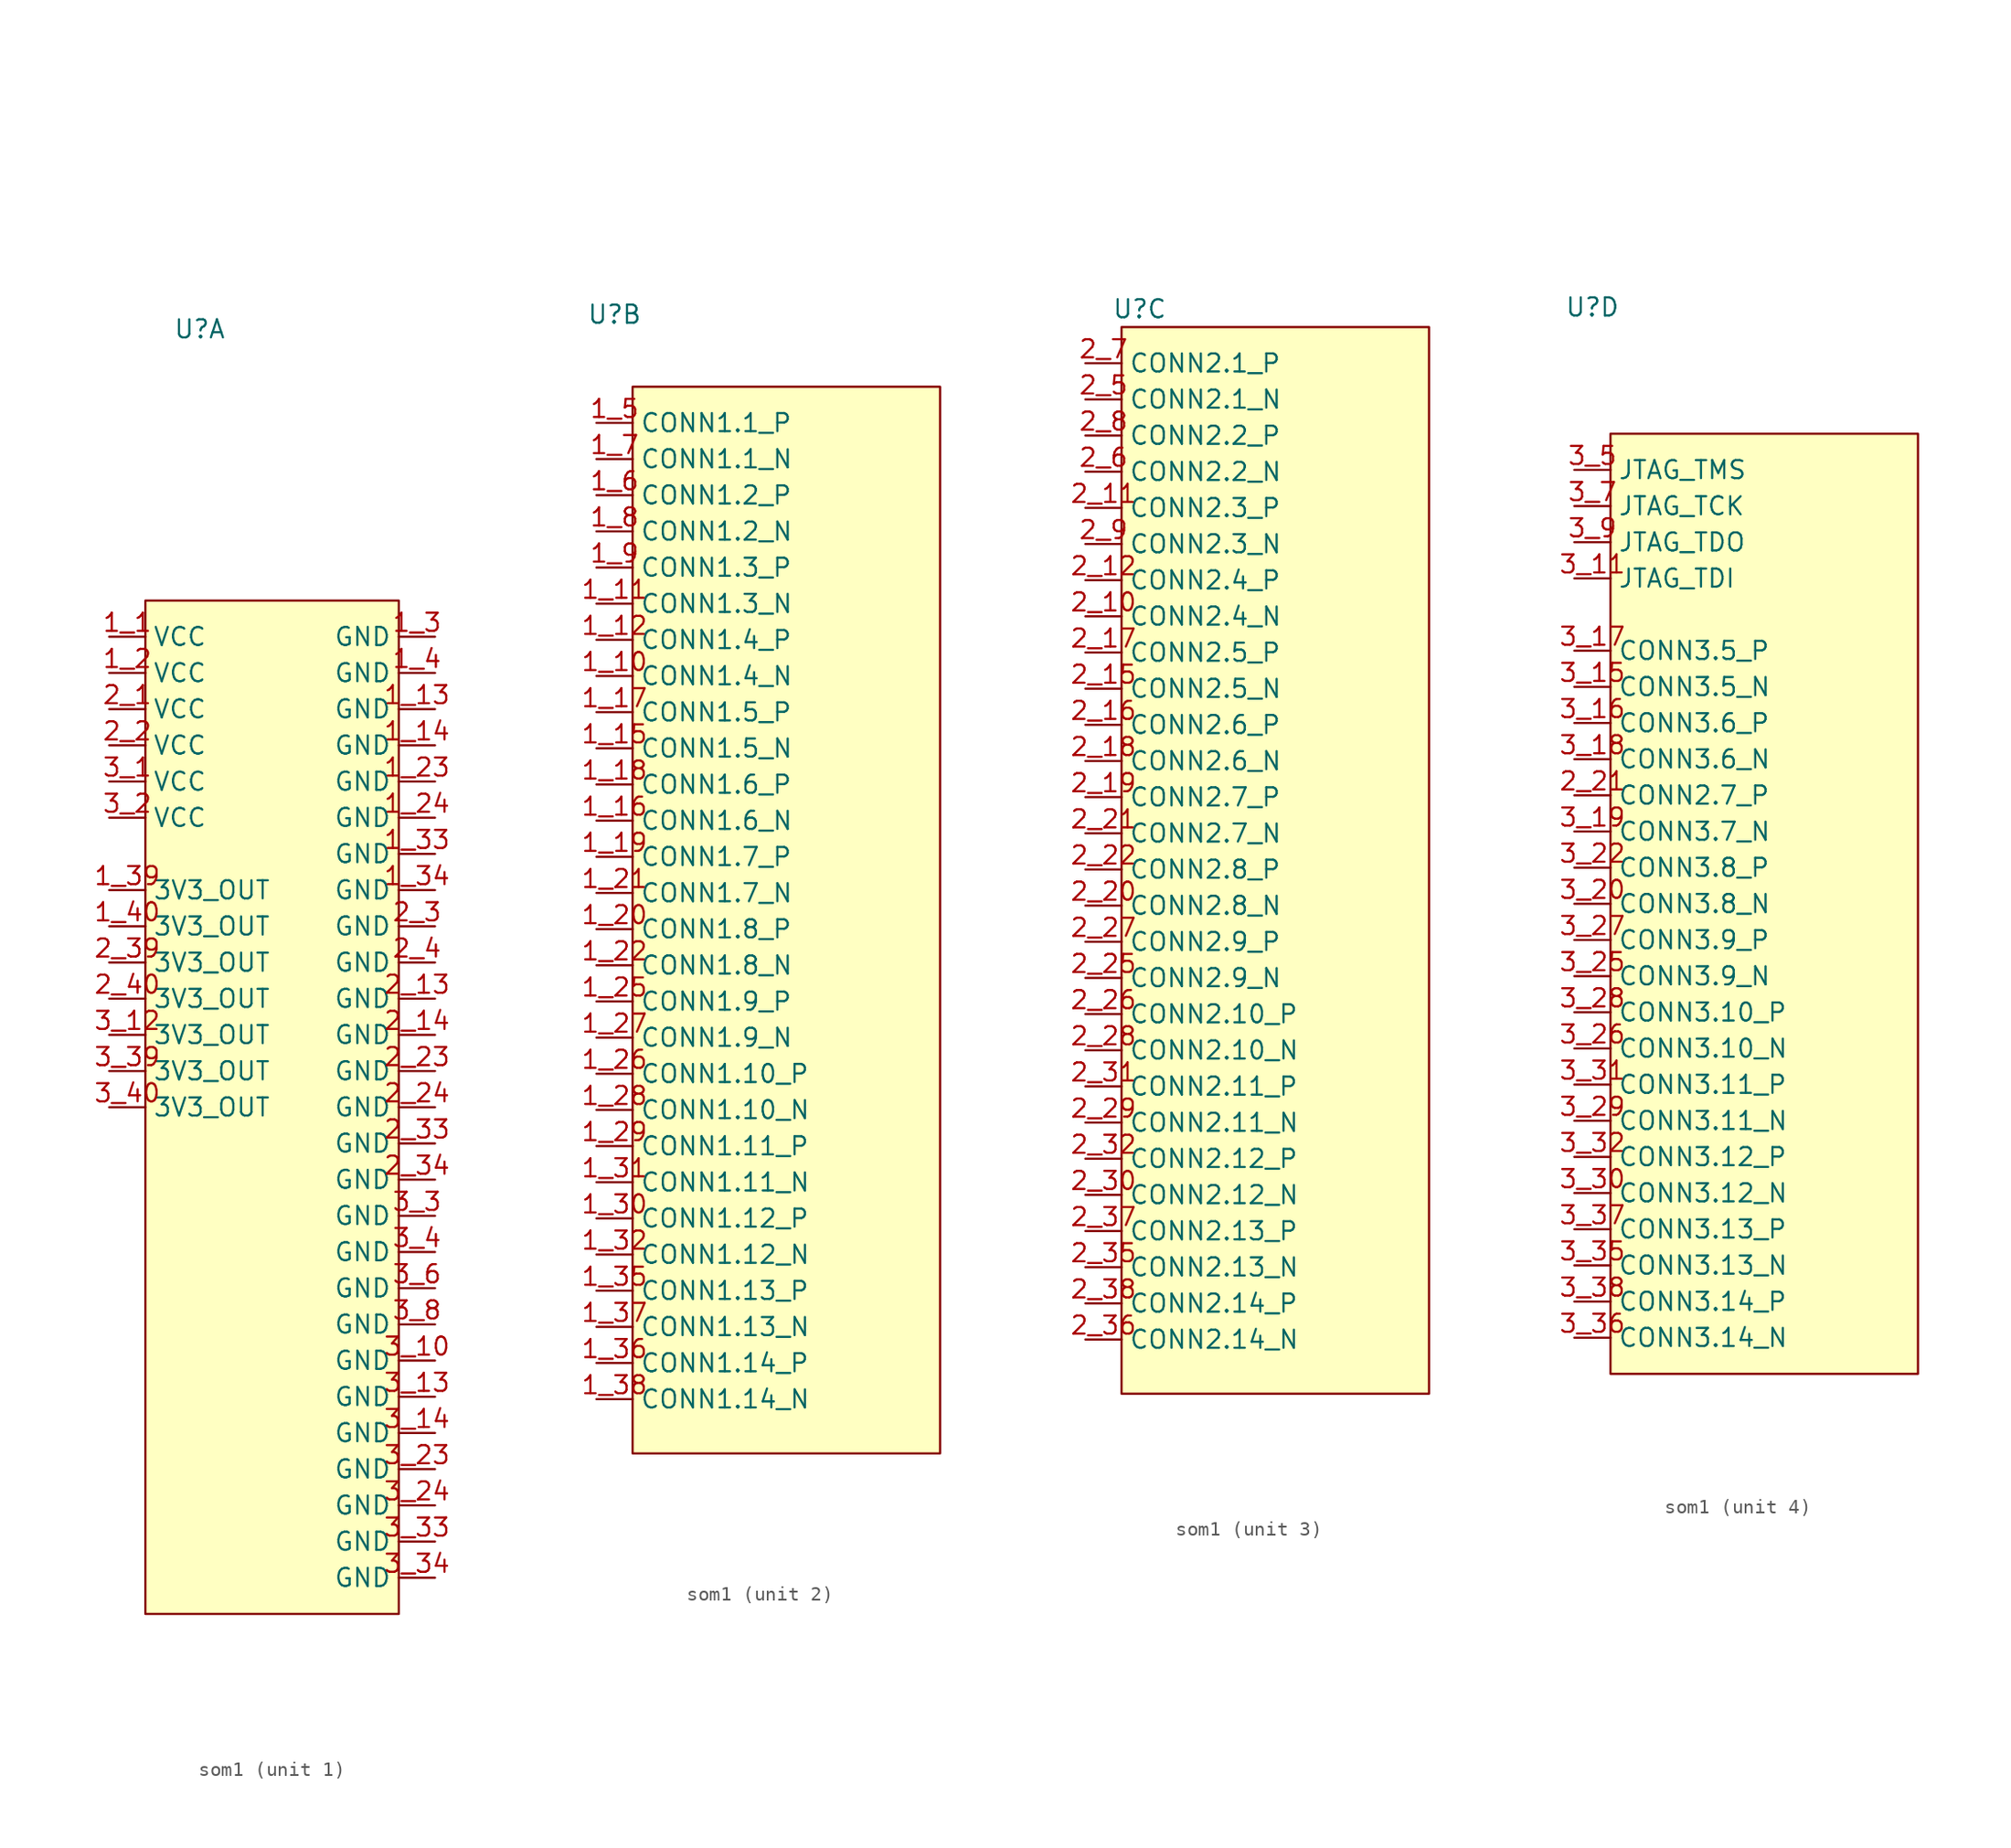
<source format=kicad_sym>
(kicad_symbol_lib
  (version 20220914)
  (generator kicad_symbol_editor)
  (symbol "som1"
    (property "Reference" "U"
      (at -11.43 33.02 0)
      (effects (font (size 1.27 1.27))))
    (property "Value" ""
      (at -2.54 41.91 0)
      (effects (font (size 1.27 1.27))))
    (symbol "som1_1_0"
      (pin power_in line (at -17.78 11.43 0) (length 2.54) (name "VCC" (effects (font (size 1.27 1.27)))) (number "1_1" (effects (font (size 1.27 1.27)))))
      (pin power_in line (at 5.08 6.35 180) (length 2.54) (name "GND" (effects (font (size 1.27 1.27)))) (number "1_13" (effects (font (size 1.27 1.27)))))
      (pin power_in line (at 5.08 3.81 180) (length 2.54) (name "GND" (effects (font (size 1.27 1.27)))) (number "1_14" (effects (font (size 1.27 1.27)))))
      (pin power_in line (at -17.78 8.89 0) (length 2.54) (name "VCC" (effects (font (size 1.27 1.27)))) (number "1_2" (effects (font (size 1.27 1.27)))))
      (pin power_in line (at 5.08 1.27 180) (length 2.54) (name "GND" (effects (font (size 1.27 1.27)))) (number "1_23" (effects (font (size 1.27 1.27)))))
      (pin power_in line (at 5.08 -1.27 180) (length 2.54) (name "GND" (effects (font (size 1.27 1.27)))) (number "1_24" (effects (font (size 1.27 1.27)))))
      (pin power_in line (at 5.08 11.43 180) (length 2.54) (name "GND" (effects (font (size 1.27 1.27)))) (number "1_3" (effects (font (size 1.27 1.27)))))
      (pin power_in line (at 5.08 -3.81 180) (length 2.54) (name "GND" (effects (font (size 1.27 1.27)))) (number "1_33" (effects (font (size 1.27 1.27)))))
      (pin power_in line (at 5.08 -6.35 180) (length 2.54) (name "GND" (effects (font (size 1.27 1.27)))) (number "1_34" (effects (font (size 1.27 1.27)))))
      (pin power_out line (at -17.78 -6.35 0) (length 2.54) (name "3V3_OUT" (effects (font (size 1.27 1.27)))) (number "1_39" (effects (font (size 1.27 1.27)))))
      (pin power_in line (at 5.08 8.89 180) (length 2.54) (name "GND" (effects (font (size 1.27 1.27)))) (number "1_4" (effects (font (size 1.27 1.27)))))
      (pin power_out line (at -17.78 -8.89 0) (length 2.54) (name "3V3_OUT" (effects (font (size 1.27 1.27)))) (number "1_40" (effects (font (size 1.27 1.27)))))
      (pin power_in line (at -17.78 6.35 0) (length 2.54) (name "VCC" (effects (font (size 1.27 1.27)))) (number "2_1" (effects (font (size 1.27 1.27)))))
      (pin power_in line (at 5.08 -13.97 180) (length 2.54) (name "GND" (effects (font (size 1.27 1.27)))) (number "2_13" (effects (font (size 1.27 1.27)))))
      (pin power_in line (at 5.08 -16.51 180) (length 2.54) (name "GND" (effects (font (size 1.27 1.27)))) (number "2_14" (effects (font (size 1.27 1.27)))))
      (pin power_in line (at -17.78 3.81 0) (length 2.54) (name "VCC" (effects (font (size 1.27 1.27)))) (number "2_2" (effects (font (size 1.27 1.27)))))
      (pin power_in line (at 5.08 -19.05 180) (length 2.54) (name "GND" (effects (font (size 1.27 1.27)))) (number "2_23" (effects (font (size 1.27 1.27)))))
      (pin power_in line (at 5.08 -21.59 180) (length 2.54) (name "GND" (effects (font (size 1.27 1.27)))) (number "2_24" (effects (font (size 1.27 1.27)))))
      (pin power_in line (at 5.08 -8.89 180) (length 2.54) (name "GND" (effects (font (size 1.27 1.27)))) (number "2_3" (effects (font (size 1.27 1.27)))))
      (pin power_in line (at 5.08 -24.13 180) (length 2.54) (name "GND" (effects (font (size 1.27 1.27)))) (number "2_33" (effects (font (size 1.27 1.27)))))
      (pin power_in line (at 5.08 -26.67 180) (length 2.54) (name "GND" (effects (font (size 1.27 1.27)))) (number "2_34" (effects (font (size 1.27 1.27)))))
      (pin power_out line (at -17.78 -11.43 0) (length 2.54) (name "3V3_OUT" (effects (font (size 1.27 1.27)))) (number "2_39" (effects (font (size 1.27 1.27)))))
      (pin power_in line (at 5.08 -11.43 180) (length 2.54) (name "GND" (effects (font (size 1.27 1.27)))) (number "2_4" (effects (font (size 1.27 1.27)))))
      (pin power_out line (at -17.78 -13.97 0) (length 2.54) (name "3V3_OUT" (effects (font (size 1.27 1.27)))) (number "2_40" (effects (font (size 1.27 1.27)))))
      (pin power_in line (at -17.78 1.27 0) (length 2.54) (name "VCC" (effects (font (size 1.27 1.27)))) (number "3_1" (effects (font (size 1.27 1.27)))))
      (pin power_in line (at 5.08 -39.37 180) (length 2.54) (name "GND" (effects (font (size 1.27 1.27)))) (number "3_10" (effects (font (size 1.27 1.27)))))
      (pin power_out line (at -17.78 -16.51 0) (length 2.54) (name "3V3_OUT" (effects (font (size 1.27 1.27)))) (number "3_12" (effects (font (size 1.27 1.27)))))
      (pin power_in line (at 5.08 -41.91 180) (length 2.54) (name "GND" (effects (font (size 1.27 1.27)))) (number "3_13" (effects (font (size 1.27 1.27)))))
      (pin power_in line (at 5.08 -44.45 180) (length 2.54) (name "GND" (effects (font (size 1.27 1.27)))) (number "3_14" (effects (font (size 1.27 1.27)))))
      (pin power_in line (at -17.78 -1.27 0) (length 2.54) (name "VCC" (effects (font (size 1.27 1.27)))) (number "3_2" (effects (font (size 1.27 1.27)))))
      (pin power_in line (at 5.08 -46.99 180) (length 2.54) (name "GND" (effects (font (size 1.27 1.27)))) (number "3_23" (effects (font (size 1.27 1.27)))))
      (pin power_in line (at 5.08 -49.53 180) (length 2.54) (name "GND" (effects (font (size 1.27 1.27)))) (number "3_24" (effects (font (size 1.27 1.27)))))
      (pin power_in line (at 5.08 -29.21 180) (length 2.54) (name "GND" (effects (font (size 1.27 1.27)))) (number "3_3" (effects (font (size 1.27 1.27)))))
      (pin power_in line (at 5.08 -52.07 180) (length 2.54) (name "GND" (effects (font (size 1.27 1.27)))) (number "3_33" (effects (font (size 1.27 1.27)))))
      (pin power_in line (at 5.08 -54.61 180) (length 2.54) (name "GND" (effects (font (size 1.27 1.27)))) (number "3_34" (effects (font (size 1.27 1.27)))))
      (pin power_out line (at -17.78 -19.05 0) (length 2.54) (name "3V3_OUT" (effects (font (size 1.27 1.27)))) (number "3_39" (effects (font (size 1.27 1.27)))))
      (pin power_in line (at 5.08 -31.75 180) (length 2.54) (name "GND" (effects (font (size 1.27 1.27)))) (number "3_4" (effects (font (size 1.27 1.27)))))
      (pin power_out line (at -17.78 -21.59 0) (length 2.54) (name "3V3_OUT" (effects (font (size 1.27 1.27)))) (number "3_40" (effects (font (size 1.27 1.27)))))
      (pin power_in line (at 5.08 -34.29 180) (length 2.54) (name "GND" (effects (font (size 1.27 1.27)))) (number "3_6" (effects (font (size 1.27 1.27)))))
      (pin power_in line (at 5.08 -36.83 180) (length 2.54) (name "GND" (effects (font (size 1.27 1.27)))) (number "3_8" (effects (font (size 1.27 1.27))))))
    (symbol "som1_1_1"
      (rectangle (start -15.24 13.97) (end 2.54 -57.15) (stroke (width 0) (type default)) (fill (type background))))
    (symbol "som1_2_0"
      (pin bidirectional line (at -12.7 7.62 0) (length 2.54) (name "CONN1.4_N" (effects (font (size 1.27 1.27)))) (number "1_10" (effects (font (size 1.27 1.27)))))
      (pin bidirectional line (at -12.7 12.7 0) (length 2.54) (name "CONN1.3_N" (effects (font (size 1.27 1.27)))) (number "1_11" (effects (font (size 1.27 1.27)))))
      (pin bidirectional line (at -12.7 10.16 0) (length 2.54) (name "CONN1.4_P" (effects (font (size 1.27 1.27)))) (number "1_12" (effects (font (size 1.27 1.27)))))
      (pin bidirectional line (at -12.7 2.54 0) (length 2.54) (name "CONN1.5_N" (effects (font (size 1.27 1.27)))) (number "1_15" (effects (font (size 1.27 1.27)))))
      (pin bidirectional line (at -12.7 -2.54 0) (length 2.54) (name "CONN1.6_N" (effects (font (size 1.27 1.27)))) (number "1_16" (effects (font (size 1.27 1.27)))))
      (pin bidirectional line (at -12.7 5.08 0) (length 2.54) (name "CONN1.5_P" (effects (font (size 1.27 1.27)))) (number "1_17" (effects (font (size 1.27 1.27)))))
      (pin bidirectional line (at -12.7 0 0) (length 2.54) (name "CONN1.6_P" (effects (font (size 1.27 1.27)))) (number "1_18" (effects (font (size 1.27 1.27)))))
      (pin bidirectional line (at -12.7 -5.08 0) (length 2.54) (name "CONN1.7_P" (effects (font (size 1.27 1.27)))) (number "1_19" (effects (font (size 1.27 1.27)))))
      (pin bidirectional line (at -12.7 -10.16 0) (length 2.54) (name "CONN1.8_P" (effects (font (size 1.27 1.27)))) (number "1_20" (effects (font (size 1.27 1.27)))))
      (pin bidirectional line (at -12.7 -7.62 0) (length 2.54) (name "CONN1.7_N" (effects (font (size 1.27 1.27)))) (number "1_21" (effects (font (size 1.27 1.27)))))
      (pin bidirectional line (at -12.7 -12.7 0) (length 2.54) (name "CONN1.8_N" (effects (font (size 1.27 1.27)))) (number "1_22" (effects (font (size 1.27 1.27)))))
      (pin bidirectional line (at -12.7 -15.24 0) (length 2.54) (name "CONN1.9_P" (effects (font (size 1.27 1.27)))) (number "1_25" (effects (font (size 1.27 1.27)))))
      (pin bidirectional line (at -12.7 -20.32 0) (length 2.54) (name "CONN1.10_P" (effects (font (size 1.27 1.27)))) (number "1_26" (effects (font (size 1.27 1.27)))))
      (pin bidirectional line (at -12.7 -17.78 0) (length 2.54) (name "CONN1.9_N" (effects (font (size 1.27 1.27)))) (number "1_27" (effects (font (size 1.27 1.27)))))
      (pin bidirectional line (at -12.7 -22.86 0) (length 2.54) (name "CONN1.10_N" (effects (font (size 1.27 1.27)))) (number "1_28" (effects (font (size 1.27 1.27)))))
      (pin bidirectional line (at -12.7 -25.4 0) (length 2.54) (name "CONN1.11_P" (effects (font (size 1.27 1.27)))) (number "1_29" (effects (font (size 1.27 1.27)))))
      (pin bidirectional line (at -12.7 -30.48 0) (length 2.54) (name "CONN1.12_P" (effects (font (size 1.27 1.27)))) (number "1_30" (effects (font (size 1.27 1.27)))))
      (pin bidirectional line (at -12.7 -27.94 0) (length 2.54) (name "CONN1.11_N" (effects (font (size 1.27 1.27)))) (number "1_31" (effects (font (size 1.27 1.27)))))
      (pin bidirectional line (at -12.7 -33.02 0) (length 2.54) (name "CONN1.12_N" (effects (font (size 1.27 1.27)))) (number "1_32" (effects (font (size 1.27 1.27)))))
      (pin bidirectional line (at -12.7 -35.56 0) (length 2.54) (name "CONN1.13_P" (effects (font (size 1.27 1.27)))) (number "1_35" (effects (font (size 1.27 1.27)))))
      (pin bidirectional line (at -12.7 -40.64 0) (length 2.54) (name "CONN1.14_P" (effects (font (size 1.27 1.27)))) (number "1_36" (effects (font (size 1.27 1.27)))))
      (pin bidirectional line (at -12.7 -38.1 0) (length 2.54) (name "CONN1.13_N" (effects (font (size 1.27 1.27)))) (number "1_37" (effects (font (size 1.27 1.27)))))
      (pin bidirectional line (at -12.7 -43.18 0) (length 2.54) (name "CONN1.14_N" (effects (font (size 1.27 1.27)))) (number "1_38" (effects (font (size 1.27 1.27)))))
      (pin bidirectional line (at -12.7 25.4 0) (length 2.54) (name "CONN1.1_P" (effects (font (size 1.27 1.27)))) (number "1_5" (effects (font (size 1.27 1.27)))))
      (pin bidirectional line (at -12.7 20.32 0) (length 2.54) (name "CONN1.2_P" (effects (font (size 1.27 1.27)))) (number "1_6" (effects (font (size 1.27 1.27)))))
      (pin bidirectional line (at -12.7 22.86 0) (length 2.54) (name "CONN1.1_N" (effects (font (size 1.27 1.27)))) (number "1_7" (effects (font (size 1.27 1.27)))))
      (pin bidirectional line (at -12.7 17.78 0) (length 2.54) (name "CONN1.2_N" (effects (font (size 1.27 1.27)))) (number "1_8" (effects (font (size 1.27 1.27)))))
      (pin bidirectional line (at -12.7 15.24 0) (length 2.54) (name "CONN1.3_P" (effects (font (size 1.27 1.27)))) (number "1_9" (effects (font (size 1.27 1.27))))))
    (symbol "som1_2_1"
      (rectangle (start -10.16 27.94) (end 11.43 -46.99) (stroke (width 0) (type default)) (fill (type background))))
    (symbol "som1_3_0"
      (pin bidirectional line (at -15.24 11.43 0) (length 2.54) (name "CONN2.4_N" (effects (font (size 1.27 1.27)))) (number "2_10" (effects (font (size 1.27 1.27)))))
      (pin bidirectional line (at -15.24 19.05 0) (length 2.54) (name "CONN2.3_P" (effects (font (size 1.27 1.27)))) (number "2_11" (effects (font (size 1.27 1.27)))))
      (pin bidirectional line (at -15.24 13.97 0) (length 2.54) (name "CONN2.4_P" (effects (font (size 1.27 1.27)))) (number "2_12" (effects (font (size 1.27 1.27)))))
      (pin bidirectional line (at -15.24 6.35 0) (length 2.54) (name "CONN2.5_N" (effects (font (size 1.27 1.27)))) (number "2_15" (effects (font (size 1.27 1.27)))))
      (pin bidirectional line (at -15.24 3.81 0) (length 2.54) (name "CONN2.6_P" (effects (font (size 1.27 1.27)))) (number "2_16" (effects (font (size 1.27 1.27)))))
      (pin bidirectional line (at -15.24 8.89 0) (length 2.54) (name "CONN2.5_P" (effects (font (size 1.27 1.27)))) (number "2_17" (effects (font (size 1.27 1.27)))))
      (pin bidirectional line (at -15.24 1.27 0) (length 2.54) (name "CONN2.6_N" (effects (font (size 1.27 1.27)))) (number "2_18" (effects (font (size 1.27 1.27)))))
      (pin bidirectional line (at -15.24 -1.27 0) (length 2.54) (name "CONN2.7_P" (effects (font (size 1.27 1.27)))) (number "2_19" (effects (font (size 1.27 1.27)))))
      (pin bidirectional line (at -15.24 -8.89 0) (length 2.54) (name "CONN2.8_N" (effects (font (size 1.27 1.27)))) (number "2_20" (effects (font (size 1.27 1.27)))))
      (pin bidirectional line (at -15.24 -3.81 0) (length 2.54) (name "CONN2.7_N" (effects (font (size 1.27 1.27)))) (number "2_21" (effects (font (size 1.27 1.27)))))
      (pin bidirectional line (at -15.24 -6.35 0) (length 2.54) (name "CONN2.8_P" (effects (font (size 1.27 1.27)))) (number "2_22" (effects (font (size 1.27 1.27)))))
      (pin bidirectional line (at -15.24 -13.97 0) (length 2.54) (name "CONN2.9_N" (effects (font (size 1.27 1.27)))) (number "2_25" (effects (font (size 1.27 1.27)))))
      (pin bidirectional line (at -15.24 -16.51 0) (length 2.54) (name "CONN2.10_P" (effects (font (size 1.27 1.27)))) (number "2_26" (effects (font (size 1.27 1.27)))))
      (pin bidirectional line (at -15.24 -11.43 0) (length 2.54) (name "CONN2.9_P" (effects (font (size 1.27 1.27)))) (number "2_27" (effects (font (size 1.27 1.27)))))
      (pin bidirectional line (at -15.24 -19.05 0) (length 2.54) (name "CONN2.10_N" (effects (font (size 1.27 1.27)))) (number "2_28" (effects (font (size 1.27 1.27)))))
      (pin bidirectional line (at -15.24 -24.13 0) (length 2.54) (name "CONN2.11_N" (effects (font (size 1.27 1.27)))) (number "2_29" (effects (font (size 1.27 1.27)))))
      (pin bidirectional line (at -15.24 -29.21 0) (length 2.54) (name "CONN2.12_N" (effects (font (size 1.27 1.27)))) (number "2_30" (effects (font (size 1.27 1.27)))))
      (pin bidirectional line (at -15.24 -21.59 0) (length 2.54) (name "CONN2.11_P" (effects (font (size 1.27 1.27)))) (number "2_31" (effects (font (size 1.27 1.27)))))
      (pin bidirectional line (at -15.24 -26.67 0) (length 2.54) (name "CONN2.12_P" (effects (font (size 1.27 1.27)))) (number "2_32" (effects (font (size 1.27 1.27)))))
      (pin bidirectional line (at -15.24 -34.29 0) (length 2.54) (name "CONN2.13_N" (effects (font (size 1.27 1.27)))) (number "2_35" (effects (font (size 1.27 1.27)))))
      (pin bidirectional line (at -15.24 -39.37 0) (length 2.54) (name "CONN2.14_N" (effects (font (size 1.27 1.27)))) (number "2_36" (effects (font (size 1.27 1.27)))))
      (pin bidirectional line (at -15.24 -31.75 0) (length 2.54) (name "CONN2.13_P" (effects (font (size 1.27 1.27)))) (number "2_37" (effects (font (size 1.27 1.27)))))
      (pin bidirectional line (at -15.24 -36.83 0) (length 2.54) (name "CONN2.14_P" (effects (font (size 1.27 1.27)))) (number "2_38" (effects (font (size 1.27 1.27)))))
      (pin bidirectional line (at -15.24 26.67 0) (length 2.54) (name "CONN2.1_N" (effects (font (size 1.27 1.27)))) (number "2_5" (effects (font (size 1.27 1.27)))))
      (pin bidirectional line (at -15.24 21.59 0) (length 2.54) (name "CONN2.2_N" (effects (font (size 1.27 1.27)))) (number "2_6" (effects (font (size 1.27 1.27)))))
      (pin bidirectional line (at -15.24 29.21 0) (length 2.54) (name "CONN2.1_P" (effects (font (size 1.27 1.27)))) (number "2_7" (effects (font (size 1.27 1.27)))))
      (pin bidirectional line (at -15.24 24.13 0) (length 2.54) (name "CONN2.2_P" (effects (font (size 1.27 1.27)))) (number "2_8" (effects (font (size 1.27 1.27)))))
      (pin bidirectional line (at -15.24 16.51 0) (length 2.54) (name "CONN2.3_N" (effects (font (size 1.27 1.27)))) (number "2_9" (effects (font (size 1.27 1.27))))))
    (symbol "som1_3_1"
      (rectangle (start -12.7 31.75) (end 8.89 -43.18) (stroke (width 0) (type default)) (fill (type background))))
    (symbol "som1_4_0"
      (pin bidirectional line (at -12.7 -1.27 0) (length 2.54) (name "CONN2.7_P" (effects (font (size 1.27 1.27)))) (number "2_21" (effects (font (size 1.27 1.27)))))
      (pin bidirectional line (at -12.7 13.97 0) (length 2.54) (name "JTAG_TDI" (effects (font (size 1.27 1.27)))) (number "3_11" (effects (font (size 1.27 1.27)))))
      (pin bidirectional line (at -12.7 6.35 0) (length 2.54) (name "CONN3.5_N" (effects (font (size 1.27 1.27)))) (number "3_15" (effects (font (size 1.27 1.27)))))
      (pin bidirectional line (at -12.7 3.81 0) (length 2.54) (name "CONN3.6_P" (effects (font (size 1.27 1.27)))) (number "3_16" (effects (font (size 1.27 1.27)))))
      (pin bidirectional line (at -12.7 8.89 0) (length 2.54) (name "CONN3.5_P" (effects (font (size 1.27 1.27)))) (number "3_17" (effects (font (size 1.27 1.27)))))
      (pin bidirectional line (at -12.7 1.27 0) (length 2.54) (name "CONN3.6_N" (effects (font (size 1.27 1.27)))) (number "3_18" (effects (font (size 1.27 1.27)))))
      (pin bidirectional line (at -12.7 -3.81 0) (length 2.54) (name "CONN3.7_N" (effects (font (size 1.27 1.27)))) (number "3_19" (effects (font (size 1.27 1.27)))))
      (pin bidirectional line (at -12.7 -8.89 0) (length 2.54) (name "CONN3.8_N" (effects (font (size 1.27 1.27)))) (number "3_20" (effects (font (size 1.27 1.27)))))
      (pin bidirectional line (at -12.7 -6.35 0) (length 2.54) (name "CONN3.8_P" (effects (font (size 1.27 1.27)))) (number "3_22" (effects (font (size 1.27 1.27)))))
      (pin bidirectional line (at -12.7 -13.97 0) (length 2.54) (name "CONN3.9_N" (effects (font (size 1.27 1.27)))) (number "3_25" (effects (font (size 1.27 1.27)))))
      (pin bidirectional line (at -12.7 -19.05 0) (length 2.54) (name "CONN3.10_N" (effects (font (size 1.27 1.27)))) (number "3_26" (effects (font (size 1.27 1.27)))))
      (pin bidirectional line (at -12.7 -11.43 0) (length 2.54) (name "CONN3.9_P" (effects (font (size 1.27 1.27)))) (number "3_27" (effects (font (size 1.27 1.27)))))
      (pin bidirectional line (at -12.7 -16.51 0) (length 2.54) (name "CONN3.10_P" (effects (font (size 1.27 1.27)))) (number "3_28" (effects (font (size 1.27 1.27)))))
      (pin bidirectional line (at -12.7 -24.13 0) (length 2.54) (name "CONN3.11_N" (effects (font (size 1.27 1.27)))) (number "3_29" (effects (font (size 1.27 1.27)))))
      (pin bidirectional line (at -12.7 -29.21 0) (length 2.54) (name "CONN3.12_N" (effects (font (size 1.27 1.27)))) (number "3_30" (effects (font (size 1.27 1.27)))))
      (pin bidirectional line (at -12.7 -21.59 0) (length 2.54) (name "CONN3.11_P" (effects (font (size 1.27 1.27)))) (number "3_31" (effects (font (size 1.27 1.27)))))
      (pin bidirectional line (at -12.7 -26.67 0) (length 2.54) (name "CONN3.12_P" (effects (font (size 1.27 1.27)))) (number "3_32" (effects (font (size 1.27 1.27)))))
      (pin bidirectional line (at -12.7 -34.29 0) (length 2.54) (name "CONN3.13_N" (effects (font (size 1.27 1.27)))) (number "3_35" (effects (font (size 1.27 1.27)))))
      (pin bidirectional line (at -12.7 -39.37 0) (length 2.54) (name "CONN3.14_N" (effects (font (size 1.27 1.27)))) (number "3_36" (effects (font (size 1.27 1.27)))))
      (pin bidirectional line (at -12.7 -31.75 0) (length 2.54) (name "CONN3.13_P" (effects (font (size 1.27 1.27)))) (number "3_37" (effects (font (size 1.27 1.27)))))
      (pin bidirectional line (at -12.7 -36.83 0) (length 2.54) (name "CONN3.14_P" (effects (font (size 1.27 1.27)))) (number "3_38" (effects (font (size 1.27 1.27)))))
      (pin bidirectional line (at -12.7 21.59 0) (length 2.54) (name "JTAG_TMS" (effects (font (size 1.27 1.27)))) (number "3_5" (effects (font (size 1.27 1.27)))))
      (pin bidirectional line (at -12.7 19.05 0) (length 2.54) (name "JTAG_TCK" (effects (font (size 1.27 1.27)))) (number "3_7" (effects (font (size 1.27 1.27)))))
      (pin bidirectional line (at -12.7 16.51 0) (length 2.54) (name "JTAG_TDO" (effects (font (size 1.27 1.27)))) (number "3_9" (effects (font (size 1.27 1.27))))))
    (symbol "som1_4_1"
      (rectangle (start -10.16 24.13) (end 11.43 -41.91) (stroke (width 0) (type default)) (fill (type background))))))
</source>
